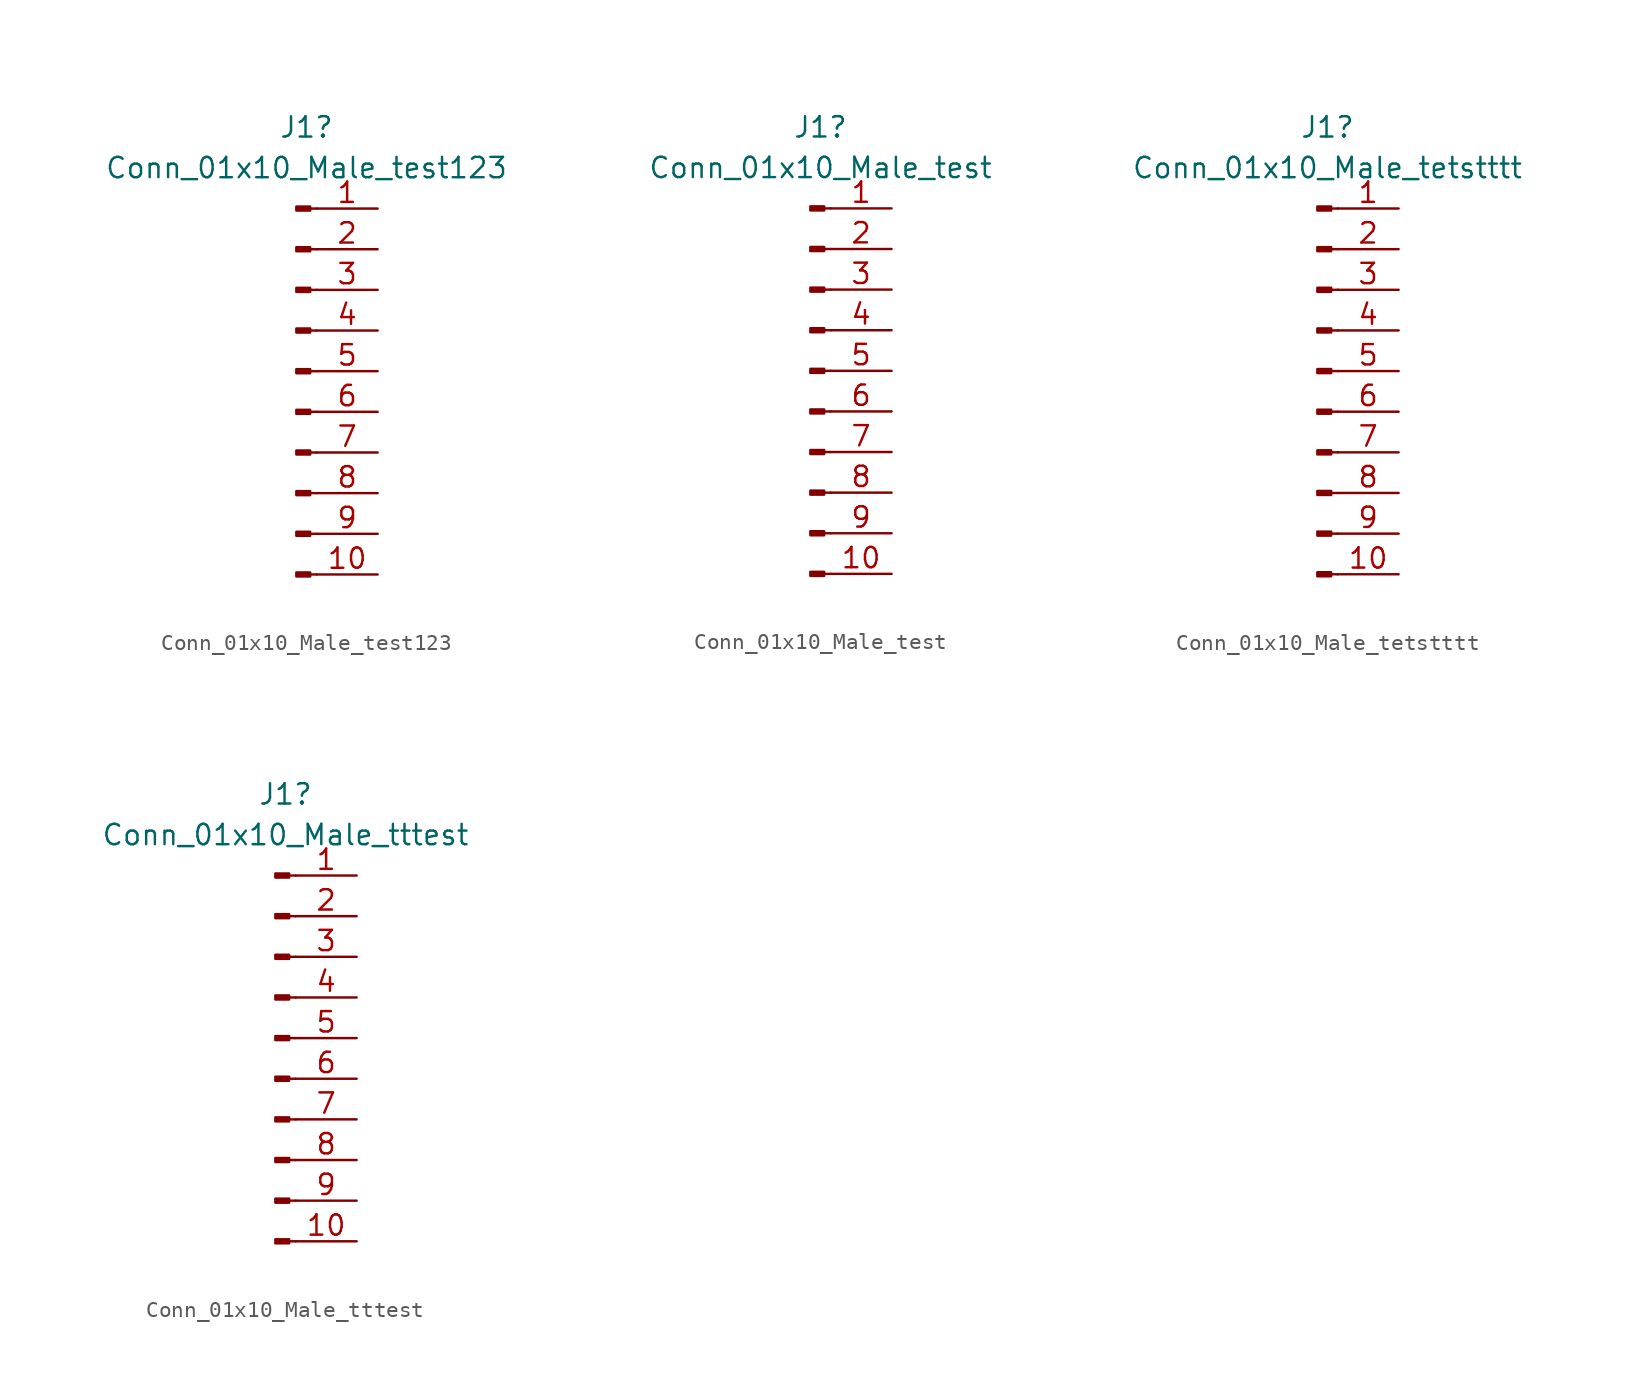
<source format=kicad_sym>
(kicad_symbol_lib
  (version 20211014)
  (generator kicad_symbol_editor)
  (symbol "Conn_01x10_Male_test123"
    (pin_names
      (offset 1.016) hide)
    (property "Reference" "J1"
      (at 0.635 15.24 0)
      (effects (font (size 1.27 1.27))))
    (property "Value" "Conn_01x10_Male_test123"
      (at 0.635 12.7 0)
      (effects (font (size 1.27 1.27))))
    (symbol "Conn_01x10_Male_test123_1_1"
      (polyline (pts (xy 1.27 -12.7) (xy 0.864 -12.7)) (stroke (width 0.152) (type default) (color 0 0 0 0)) (fill (type none)))
      (polyline (pts (xy 1.27 -10.16) (xy 0.864 -10.16)) (stroke (width 0.152) (type default) (color 0 0 0 0)) (fill (type none)))
      (polyline (pts (xy 1.27 -7.62) (xy 0.864 -7.62)) (stroke (width 0.152) (type default) (color 0 0 0 0)) (fill (type none)))
      (polyline (pts (xy 1.27 -5.08) (xy 0.864 -5.08)) (stroke (width 0.152) (type default) (color 0 0 0 0)) (fill (type none)))
      (polyline (pts (xy 1.27 -2.54) (xy 0.864 -2.54)) (stroke (width 0.152) (type default) (color 0 0 0 0)) (fill (type none)))
      (polyline (pts (xy 1.27 0) (xy 0.864 0)) (stroke (width 0.152) (type default) (color 0 0 0 0)) (fill (type none)))
      (polyline (pts (xy 1.27 2.54) (xy 0.864 2.54)) (stroke (width 0.152) (type default) (color 0 0 0 0)) (fill (type none)))
      (polyline (pts (xy 1.27 5.08) (xy 0.864 5.08)) (stroke (width 0.152) (type default) (color 0 0 0 0)) (fill (type none)))
      (polyline (pts (xy 1.27 7.62) (xy 0.864 7.62)) (stroke (width 0.152) (type default) (color 0 0 0 0)) (fill (type none)))
      (polyline (pts (xy 1.27 10.16) (xy 0.864 10.16)) (stroke (width 0.152) (type default) (color 0 0 0 0)) (fill (type none)))
      (rectangle (start 0.864 -12.573) (end 0 -12.827) (stroke (width 0.152) (type default) (color 0 0 0 0)) (fill (type outline)))
      (rectangle (start 0.864 -10.033) (end 0 -10.287) (stroke (width 0.152) (type default) (color 0 0 0 0)) (fill (type outline)))
      (rectangle (start 0.864 -7.493) (end 0 -7.747) (stroke (width 0.152) (type default) (color 0 0 0 0)) (fill (type outline)))
      (rectangle (start 0.864 -4.953) (end 0 -5.207) (stroke (width 0.152) (type default) (color 0 0 0 0)) (fill (type outline)))
      (rectangle (start 0.864 -2.413) (end 0 -2.667) (stroke (width 0.152) (type default) (color 0 0 0 0)) (fill (type outline)))
      (rectangle (start 0.864 0.127) (end 0 -0.127) (stroke (width 0.152) (type default) (color 0 0 0 0)) (fill (type outline)))
      (rectangle (start 0.864 2.667) (end 0 2.413) (stroke (width 0.152) (type default) (color 0 0 0 0)) (fill (type outline)))
      (rectangle (start 0.864 5.207) (end 0 4.953) (stroke (width 0.152) (type default) (color 0 0 0 0)) (fill (type outline)))
      (rectangle (start 0.864 7.747) (end 0 7.493) (stroke (width 0.152) (type default) (color 0 0 0 0)) (fill (type outline)))
      (rectangle (start 0.864 10.287) (end 0 10.033) (stroke (width 0.152) (type default) (color 0 0 0 0)) (fill (type outline)))
      (pin passive line (at 5.08 10.16 180) (length 3.81) (name "Pin_1" (effects (font (size 1.27 1.27)))) (number "1" (effects (font (size 1.27 1.27)))))
      (pin power_out line (at 5.08 -12.7 180) (length 3.81) (name "Pin_10" (effects (font (size 1.27 1.27)))) (number "10" (effects (font (size 1.27 1.27)))))
      (pin passive line (at 5.08 7.62 180) (length 3.81) (name "Pin_2" (effects (font (size 1.27 1.27)))) (number "2" (effects (font (size 1.27 1.27)))))
      (pin passive line (at 5.08 5.08 180) (length 3.81) (name "Pin_3" (effects (font (size 1.27 1.27)))) (number "3" (effects (font (size 1.27 1.27)))))
      (pin passive line (at 5.08 2.54 180) (length 3.81) (name "Pin_4" (effects (font (size 1.27 1.27)))) (number "4" (effects (font (size 1.27 1.27)))))
      (pin passive line (at 5.08 0 180) (length 3.81) (name "Pin_5" (effects (font (size 1.27 1.27)))) (number "5" (effects (font (size 1.27 1.27)))))
      (pin passive line (at 5.08 -2.54 180) (length 3.81) (name "Pin_6" (effects (font (size 1.27 1.27)))) (number "6" (effects (font (size 1.27 1.27)))))
      (pin passive line (at 5.08 -5.08 180) (length 3.81) (name "Pin_7" (effects (font (size 1.27 1.27)))) (number "7" (effects (font (size 1.27 1.27)))))
      (pin passive line (at 5.08 -7.62 180) (length 3.81) (name "Pin_8" (effects (font (size 1.27 1.27)))) (number "8" (effects (font (size 1.27 1.27)))))
      (pin power_out line (at 5.08 -10.16 180) (length 3.81) (name "Pin_9" (effects (font (size 1.27 1.27)))) (number "9" (effects (font (size 1.27 1.27)))))))
  (symbol "Conn_01x10_Male_test"
    (pin_names
      (offset 1.016) hide)
    (property "Reference" "J1"
      (at 0.635 15.24 0)
      (effects (font (size 1.27 1.27))))
    (property "Value" "Conn_01x10_Male_test"
      (at 0.635 12.7 0)
      (effects (font (size 1.27 1.27))))
    (symbol "Conn_01x10_Male_test_1_1"
      (polyline (pts (xy 1.27 -12.7) (xy 0.864 -12.7)) (stroke (width 0.152) (type default) (color 0 0 0 0)) (fill (type none)))
      (polyline (pts (xy 1.27 -10.16) (xy 0.864 -10.16)) (stroke (width 0.152) (type default) (color 0 0 0 0)) (fill (type none)))
      (polyline (pts (xy 1.27 -7.62) (xy 0.864 -7.62)) (stroke (width 0.152) (type default) (color 0 0 0 0)) (fill (type none)))
      (polyline (pts (xy 1.27 -5.08) (xy 0.864 -5.08)) (stroke (width 0.152) (type default) (color 0 0 0 0)) (fill (type none)))
      (polyline (pts (xy 1.27 -2.54) (xy 0.864 -2.54)) (stroke (width 0.152) (type default) (color 0 0 0 0)) (fill (type none)))
      (polyline (pts (xy 1.27 0) (xy 0.864 0)) (stroke (width 0.152) (type default) (color 0 0 0 0)) (fill (type none)))
      (polyline (pts (xy 1.27 2.54) (xy 0.864 2.54)) (stroke (width 0.152) (type default) (color 0 0 0 0)) (fill (type none)))
      (polyline (pts (xy 1.27 5.08) (xy 0.864 5.08)) (stroke (width 0.152) (type default) (color 0 0 0 0)) (fill (type none)))
      (polyline (pts (xy 1.27 7.62) (xy 0.864 7.62)) (stroke (width 0.152) (type default) (color 0 0 0 0)) (fill (type none)))
      (polyline (pts (xy 1.27 10.16) (xy 0.864 10.16)) (stroke (width 0.152) (type default) (color 0 0 0 0)) (fill (type none)))
      (rectangle (start 0.864 -12.573) (end 0 -12.827) (stroke (width 0.152) (type default) (color 0 0 0 0)) (fill (type outline)))
      (rectangle (start 0.864 -10.033) (end 0 -10.287) (stroke (width 0.152) (type default) (color 0 0 0 0)) (fill (type outline)))
      (rectangle (start 0.864 -7.493) (end 0 -7.747) (stroke (width 0.152) (type default) (color 0 0 0 0)) (fill (type outline)))
      (rectangle (start 0.864 -4.953) (end 0 -5.207) (stroke (width 0.152) (type default) (color 0 0 0 0)) (fill (type outline)))
      (rectangle (start 0.864 -2.413) (end 0 -2.667) (stroke (width 0.152) (type default) (color 0 0 0 0)) (fill (type outline)))
      (rectangle (start 0.864 0.127) (end 0 -0.127) (stroke (width 0.152) (type default) (color 0 0 0 0)) (fill (type outline)))
      (rectangle (start 0.864 2.667) (end 0 2.413) (stroke (width 0.152) (type default) (color 0 0 0 0)) (fill (type outline)))
      (rectangle (start 0.864 5.207) (end 0 4.953) (stroke (width 0.152) (type default) (color 0 0 0 0)) (fill (type outline)))
      (rectangle (start 0.864 7.747) (end 0 7.493) (stroke (width 0.152) (type default) (color 0 0 0 0)) (fill (type outline)))
      (rectangle (start 0.864 10.287) (end 0 10.033) (stroke (width 0.152) (type default) (color 0 0 0 0)) (fill (type outline)))
      (pin passive line (at 5.08 10.16 180) (length 3.81) (name "Pin_1" (effects (font (size 1.27 1.27)))) (number "1" (effects (font (size 1.27 1.27)))))
      (pin input line (at 5.08 -12.7 180) (length 3.81) (name "Pin_10" (effects (font (size 1.27 1.27)))) (number "10" (effects (font (size 1.27 1.27)))))
      (pin passive line (at 5.08 7.62 180) (length 3.81) (name "Pin_2" (effects (font (size 1.27 1.27)))) (number "2" (effects (font (size 1.27 1.27)))))
      (pin passive line (at 5.08 5.08 180) (length 3.81) (name "Pin_3" (effects (font (size 1.27 1.27)))) (number "3" (effects (font (size 1.27 1.27)))))
      (pin passive line (at 5.08 2.54 180) (length 3.81) (name "Pin_4" (effects (font (size 1.27 1.27)))) (number "4" (effects (font (size 1.27 1.27)))))
      (pin passive line (at 5.08 0 180) (length 3.81) (name "Pin_5" (effects (font (size 1.27 1.27)))) (number "5" (effects (font (size 1.27 1.27)))))
      (pin passive line (at 5.08 -2.54 180) (length 3.81) (name "Pin_6" (effects (font (size 1.27 1.27)))) (number "6" (effects (font (size 1.27 1.27)))))
      (pin passive line (at 5.08 -5.08 180) (length 3.81) (name "Pin_7" (effects (font (size 1.27 1.27)))) (number "7" (effects (font (size 1.27 1.27)))))
      (pin passive line (at 5.08 -7.62 180) (length 3.81) (name "Pin_8" (effects (font (size 1.27 1.27)))) (number "8" (effects (font (size 1.27 1.27)))))
      (pin input line (at 5.08 -10.16 180) (length 3.81) (name "Pin_9" (effects (font (size 1.27 1.27)))) (number "9" (effects (font (size 1.27 1.27)))))))
  (symbol "Conn_01x10_Male_tetstttt"
    (pin_names
      (offset 1.016) hide)
    (property "Reference" "J1"
      (at 0.635 15.24 0)
      (effects (font (size 1.27 1.27))))
    (property "Value" "Conn_01x10_Male_tetstttt"
      (at 0.635 12.7 0)
      (effects (font (size 1.27 1.27))))
    (symbol "Conn_01x10_Male_tetstttt_1_1"
      (polyline (pts (xy 1.27 -12.7) (xy 0.864 -12.7)) (stroke (width 0.152) (type default) (color 0 0 0 0)) (fill (type none)))
      (polyline (pts (xy 1.27 -10.16) (xy 0.864 -10.16)) (stroke (width 0.152) (type default) (color 0 0 0 0)) (fill (type none)))
      (polyline (pts (xy 1.27 -7.62) (xy 0.864 -7.62)) (stroke (width 0.152) (type default) (color 0 0 0 0)) (fill (type none)))
      (polyline (pts (xy 1.27 -5.08) (xy 0.864 -5.08)) (stroke (width 0.152) (type default) (color 0 0 0 0)) (fill (type none)))
      (polyline (pts (xy 1.27 -2.54) (xy 0.864 -2.54)) (stroke (width 0.152) (type default) (color 0 0 0 0)) (fill (type none)))
      (polyline (pts (xy 1.27 0) (xy 0.864 0)) (stroke (width 0.152) (type default) (color 0 0 0 0)) (fill (type none)))
      (polyline (pts (xy 1.27 2.54) (xy 0.864 2.54)) (stroke (width 0.152) (type default) (color 0 0 0 0)) (fill (type none)))
      (polyline (pts (xy 1.27 5.08) (xy 0.864 5.08)) (stroke (width 0.152) (type default) (color 0 0 0 0)) (fill (type none)))
      (polyline (pts (xy 1.27 7.62) (xy 0.864 7.62)) (stroke (width 0.152) (type default) (color 0 0 0 0)) (fill (type none)))
      (polyline (pts (xy 1.27 10.16) (xy 0.864 10.16)) (stroke (width 0.152) (type default) (color 0 0 0 0)) (fill (type none)))
      (rectangle (start 0.864 -12.573) (end 0 -12.827) (stroke (width 0.152) (type default) (color 0 0 0 0)) (fill (type outline)))
      (rectangle (start 0.864 -10.033) (end 0 -10.287) (stroke (width 0.152) (type default) (color 0 0 0 0)) (fill (type outline)))
      (rectangle (start 0.864 -7.493) (end 0 -7.747) (stroke (width 0.152) (type default) (color 0 0 0 0)) (fill (type outline)))
      (rectangle (start 0.864 -4.953) (end 0 -5.207) (stroke (width 0.152) (type default) (color 0 0 0 0)) (fill (type outline)))
      (rectangle (start 0.864 -2.413) (end 0 -2.667) (stroke (width 0.152) (type default) (color 0 0 0 0)) (fill (type outline)))
      (rectangle (start 0.864 0.127) (end 0 -0.127) (stroke (width 0.152) (type default) (color 0 0 0 0)) (fill (type outline)))
      (rectangle (start 0.864 2.667) (end 0 2.413) (stroke (width 0.152) (type default) (color 0 0 0 0)) (fill (type outline)))
      (rectangle (start 0.864 5.207) (end 0 4.953) (stroke (width 0.152) (type default) (color 0 0 0 0)) (fill (type outline)))
      (rectangle (start 0.864 7.747) (end 0 7.493) (stroke (width 0.152) (type default) (color 0 0 0 0)) (fill (type outline)))
      (rectangle (start 0.864 10.287) (end 0 10.033) (stroke (width 0.152) (type default) (color 0 0 0 0)) (fill (type outline)))
      (pin passive line (at 5.08 10.16 180) (length 3.81) (name "Pin_1" (effects (font (size 1.27 1.27)))) (number "1" (effects (font (size 1.27 1.27)))))
      (pin input line (at 5.08 -12.7 180) (length 3.81) (name "Pin_10" (effects (font (size 1.27 1.27)))) (number "10" (effects (font (size 1.27 1.27)))))
      (pin passive line (at 5.08 7.62 180) (length 3.81) (name "Pin_2" (effects (font (size 1.27 1.27)))) (number "2" (effects (font (size 1.27 1.27)))))
      (pin passive line (at 5.08 5.08 180) (length 3.81) (name "Pin_3" (effects (font (size 1.27 1.27)))) (number "3" (effects (font (size 1.27 1.27)))))
      (pin passive line (at 5.08 2.54 180) (length 3.81) (name "Pin_4" (effects (font (size 1.27 1.27)))) (number "4" (effects (font (size 1.27 1.27)))))
      (pin passive line (at 5.08 0 180) (length 3.81) (name "Pin_5" (effects (font (size 1.27 1.27)))) (number "5" (effects (font (size 1.27 1.27)))))
      (pin passive line (at 5.08 -2.54 180) (length 3.81) (name "Pin_6" (effects (font (size 1.27 1.27)))) (number "6" (effects (font (size 1.27 1.27)))))
      (pin passive line (at 5.08 -5.08 180) (length 3.81) (name "Pin_7" (effects (font (size 1.27 1.27)))) (number "7" (effects (font (size 1.27 1.27)))))
      (pin passive line (at 5.08 -7.62 180) (length 3.81) (name "Pin_8" (effects (font (size 1.27 1.27)))) (number "8" (effects (font (size 1.27 1.27)))))
      (pin input line (at 5.08 -10.16 180) (length 3.81) (name "Pin_9" (effects (font (size 1.27 1.27)))) (number "9" (effects (font (size 1.27 1.27)))))))
  (symbol "Conn_01x10_Male_tttest"
    (pin_names
      (offset 1.016) hide)
    (property "Reference" "J1"
      (at 0.635 15.24 0)
      (effects (font (size 1.27 1.27))))
    (property "Value" "Conn_01x10_Male_tttest"
      (at 0.635 12.7 0)
      (effects (font (size 1.27 1.27))))
    (symbol "Conn_01x10_Male_tttest_1_1"
      (polyline (pts (xy 1.27 -12.7) (xy 0.864 -12.7)) (stroke (width 0.152) (type default) (color 0 0 0 0)) (fill (type none)))
      (polyline (pts (xy 1.27 -10.16) (xy 0.864 -10.16)) (stroke (width 0.152) (type default) (color 0 0 0 0)) (fill (type none)))
      (polyline (pts (xy 1.27 -7.62) (xy 0.864 -7.62)) (stroke (width 0.152) (type default) (color 0 0 0 0)) (fill (type none)))
      (polyline (pts (xy 1.27 -5.08) (xy 0.864 -5.08)) (stroke (width 0.152) (type default) (color 0 0 0 0)) (fill (type none)))
      (polyline (pts (xy 1.27 -2.54) (xy 0.864 -2.54)) (stroke (width 0.152) (type default) (color 0 0 0 0)) (fill (type none)))
      (polyline (pts (xy 1.27 0) (xy 0.864 0)) (stroke (width 0.152) (type default) (color 0 0 0 0)) (fill (type none)))
      (polyline (pts (xy 1.27 2.54) (xy 0.864 2.54)) (stroke (width 0.152) (type default) (color 0 0 0 0)) (fill (type none)))
      (polyline (pts (xy 1.27 5.08) (xy 0.864 5.08)) (stroke (width 0.152) (type default) (color 0 0 0 0)) (fill (type none)))
      (polyline (pts (xy 1.27 7.62) (xy 0.864 7.62)) (stroke (width 0.152) (type default) (color 0 0 0 0)) (fill (type none)))
      (polyline (pts (xy 1.27 10.16) (xy 0.864 10.16)) (stroke (width 0.152) (type default) (color 0 0 0 0)) (fill (type none)))
      (rectangle (start 0.864 -12.573) (end 0 -12.827) (stroke (width 0.152) (type default) (color 0 0 0 0)) (fill (type outline)))
      (rectangle (start 0.864 -10.033) (end 0 -10.287) (stroke (width 0.152) (type default) (color 0 0 0 0)) (fill (type outline)))
      (rectangle (start 0.864 -7.493) (end 0 -7.747) (stroke (width 0.152) (type default) (color 0 0 0 0)) (fill (type outline)))
      (rectangle (start 0.864 -4.953) (end 0 -5.207) (stroke (width 0.152) (type default) (color 0 0 0 0)) (fill (type outline)))
      (rectangle (start 0.864 -2.413) (end 0 -2.667) (stroke (width 0.152) (type default) (color 0 0 0 0)) (fill (type outline)))
      (rectangle (start 0.864 0.127) (end 0 -0.127) (stroke (width 0.152) (type default) (color 0 0 0 0)) (fill (type outline)))
      (rectangle (start 0.864 2.667) (end 0 2.413) (stroke (width 0.152) (type default) (color 0 0 0 0)) (fill (type outline)))
      (rectangle (start 0.864 5.207) (end 0 4.953) (stroke (width 0.152) (type default) (color 0 0 0 0)) (fill (type outline)))
      (rectangle (start 0.864 7.747) (end 0 7.493) (stroke (width 0.152) (type default) (color 0 0 0 0)) (fill (type outline)))
      (rectangle (start 0.864 10.287) (end 0 10.033) (stroke (width 0.152) (type default) (color 0 0 0 0)) (fill (type outline)))
      (pin passive line (at 5.08 10.16 180) (length 3.81) (name "Pin_1" (effects (font (size 1.27 1.27)))) (number "1" (effects (font (size 1.27 1.27)))))
      (pin output line (at 5.08 -12.7 180) (length 3.81) (name "Pin_10" (effects (font (size 1.27 1.27)))) (number "10" (effects (font (size 1.27 1.27)))))
      (pin passive line (at 5.08 7.62 180) (length 3.81) (name "Pin_2" (effects (font (size 1.27 1.27)))) (number "2" (effects (font (size 1.27 1.27)))))
      (pin passive line (at 5.08 5.08 180) (length 3.81) (name "Pin_3" (effects (font (size 1.27 1.27)))) (number "3" (effects (font (size 1.27 1.27)))))
      (pin passive line (at 5.08 2.54 180) (length 3.81) (name "Pin_4" (effects (font (size 1.27 1.27)))) (number "4" (effects (font (size 1.27 1.27)))))
      (pin passive line (at 5.08 0 180) (length 3.81) (name "Pin_5" (effects (font (size 1.27 1.27)))) (number "5" (effects (font (size 1.27 1.27)))))
      (pin passive line (at 5.08 -2.54 180) (length 3.81) (name "Pin_6" (effects (font (size 1.27 1.27)))) (number "6" (effects (font (size 1.27 1.27)))))
      (pin passive line (at 5.08 -5.08 180) (length 3.81) (name "Pin_7" (effects (font (size 1.27 1.27)))) (number "7" (effects (font (size 1.27 1.27)))))
      (pin passive line (at 5.08 -7.62 180) (length 3.81) (name "Pin_8" (effects (font (size 1.27 1.27)))) (number "8" (effects (font (size 1.27 1.27)))))
      (pin output line (at 5.08 -10.16 180) (length 3.81) (name "Pin_9" (effects (font (size 1.27 1.27)))) (number "9" (effects (font (size 1.27 1.27))))))))
</source>
